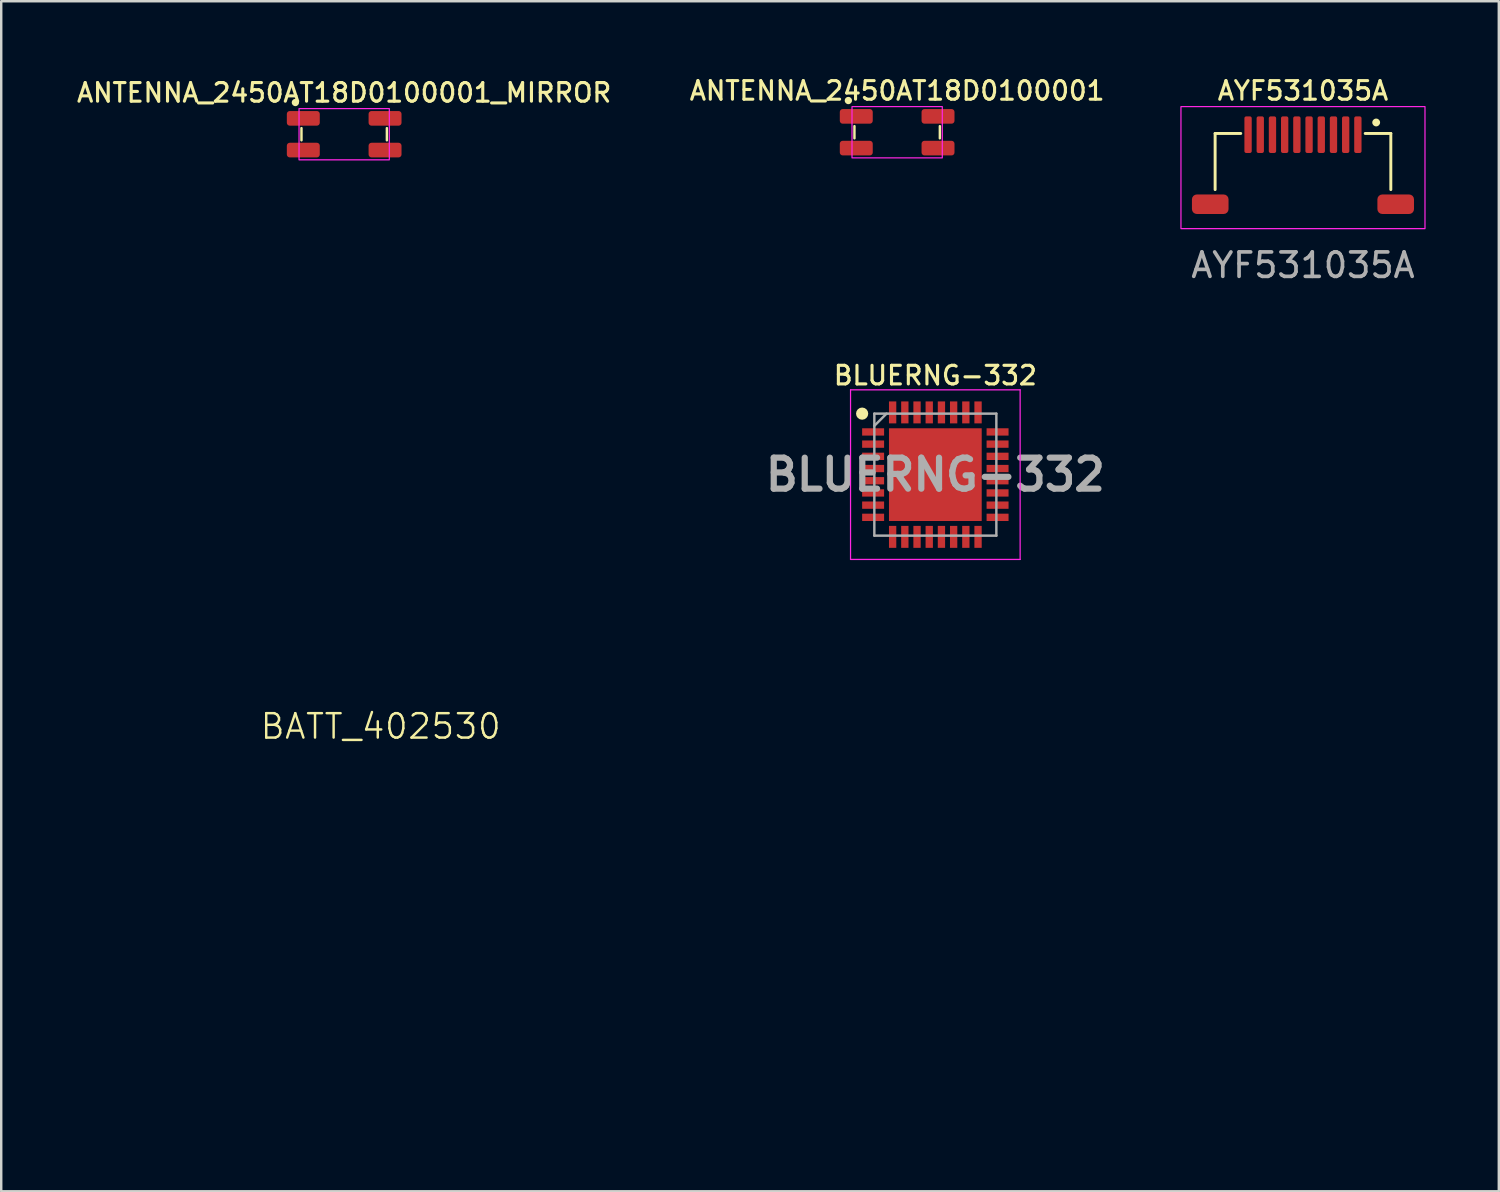
<source format=kicad_pcb>
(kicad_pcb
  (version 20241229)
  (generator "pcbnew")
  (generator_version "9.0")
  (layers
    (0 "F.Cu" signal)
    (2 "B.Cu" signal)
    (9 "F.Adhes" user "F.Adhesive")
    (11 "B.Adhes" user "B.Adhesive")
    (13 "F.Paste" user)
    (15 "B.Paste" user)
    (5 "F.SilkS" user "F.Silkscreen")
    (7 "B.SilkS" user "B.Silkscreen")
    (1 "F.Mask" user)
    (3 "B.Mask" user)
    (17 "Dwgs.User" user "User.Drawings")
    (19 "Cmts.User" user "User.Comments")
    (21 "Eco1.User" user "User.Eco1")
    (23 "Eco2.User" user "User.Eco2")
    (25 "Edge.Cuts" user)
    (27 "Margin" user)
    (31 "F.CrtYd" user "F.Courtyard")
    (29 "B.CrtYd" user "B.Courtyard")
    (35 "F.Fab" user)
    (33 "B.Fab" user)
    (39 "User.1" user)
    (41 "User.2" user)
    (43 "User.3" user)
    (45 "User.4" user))
  (footprint "ANTENNA_2450AT18D0100001_MIRROR"
    (layer "F.Cu")
    (at 11.054 2.45)
    (property "Reference" "ANTENNA_2450AT18D0100001_MIRROR" (at 0 -1.7 0) (unlocked yes) (layer "F.SilkS") (effects (font (size 0.762 0.762) (thickness 0.127) (bold yes))))
    (attr smd)
    (fp_line (start -1.75 -0.25) (end -1.75 0.25) (stroke (width 0.1) (type default)) (layer "F.SilkS"))
    (fp_line (start 1.75 -0.25) (end 1.75 0.25) (stroke (width 0.1) (type default)) (layer "F.SilkS"))
    (fp_circle (center -2 -1.3) (end -1.9 -1.3) (stroke (width 0.1) (type solid)) (fill yes) (layer "F.SilkS"))
    (fp_rect (start -1.85 -1.05) (end 1.85 1.05) (stroke (width 0.05) (type default)) (fill no) (layer "F.CrtYd"))
    (pad "1" smd roundrect (at -1.675 -0.65) (size 1.35 0.6) (layers "F.Cu" "F.Mask" "F.Paste") (roundrect_rratio 0.2))
    (pad "2" smd roundrect (at -1.675 0.65) (size 1.35 0.6) (layers "F.Cu" "F.Mask" "F.Paste") (roundrect_rratio 0.2))
    (pad "2" smd roundrect (at 1.675 -0.65) (size 1.35 0.6) (layers "F.Cu" "F.Mask" "F.Paste") (roundrect_rratio 0.2))
    (pad "2" smd roundrect (at 1.675 0.65) (size 1.35 0.6) (layers "F.Cu" "F.Mask" "F.Paste") (roundrect_rratio 0.2))
    (zone (net_name "") (layers "F.Cu" "B.Cu") (hatch edge 0.5) (connect_pads) (min_thickness 0.25) (filled_areas_thickness no) (keepout (tracks not_allowed) (vias not_allowed) (pads not_allowed) (copperpour not_allowed) (footprints not_allowed)) (placement (enabled no)) (fill) (polygon (pts (xy 9.054 3.4) (xy 9.054 0) (xy 17.054 0) (xy 17.054 2.8) (xy 13.654 2.8) (xy 13.654 1.5) (xy 13.054 1.5) (xy 13.054 3.4)))))
  (footprint "AYF531035A"
    (layer "F.Cu")
    (at 50.344 5.319)
    (property "Reference" "AYF531035A" (at 0 -4.65 0) (unlocked yes) (layer "F.SilkS") (effects (font (size 0.762 0.762) (thickness 0.127))))
    (attr smd)
    (fp_line (start -3.6 -2.9) (end -3.6 -0.6) (stroke (width 0.12) (type solid)) (layer "F.SilkS"))
    (fp_line (start -3.6 -2.9) (end -2.55 -2.9) (stroke (width 0.12) (type solid)) (layer "F.SilkS"))
    (fp_line (start 3.6 -2.9) (end 2.55 -2.9) (stroke (width 0.12) (type solid)) (layer "F.SilkS"))
    (fp_line (start 3.6 -2.9) (end 3.6 -0.6) (stroke (width 0.12) (type solid)) (layer "F.SilkS"))
    (fp_circle (center 3 -3.35) (end 3.1 -3.35) (stroke (width 0.12) (type solid)) (fill yes) (layer "F.SilkS"))
    (fp_rect (start 5 1) (end -5 -4) (stroke (width 0.05) (type solid)) (fill no) (layer "F.CrtYd"))
    (fp_text user "${REFERENCE}" (at 0 2.5 0) (unlocked yes) (layer "F.Fab") (effects (font (size 1 1) (thickness 0.15))))
    (pad "1" smd roundrect (at 2.25 -2.85) (size 0.3 1.5) (layers "F.Cu" "F.Mask" "F.Paste") (roundrect_rratio 0.25))
    (pad "2" smd roundrect (at 1.75 -2.85) (size 0.3 1.5) (layers "F.Cu" "F.Mask" "F.Paste") (roundrect_rratio 0.25))
    (pad "3" smd roundrect (at 1.25 -2.85) (size 0.3 1.5) (layers "F.Cu" "F.Mask" "F.Paste") (roundrect_rratio 0.25))
    (pad "4" smd roundrect (at 0.75 -2.85) (size 0.3 1.5) (layers "F.Cu" "F.Mask" "F.Paste") (roundrect_rratio 0.25))
    (pad "5" smd roundrect (at 0.25 -2.85) (size 0.3 1.5) (layers "F.Cu" "F.Mask" "F.Paste") (roundrect_rratio 0.25))
    (pad "6" smd roundrect (at -0.25 -2.85) (size 0.3 1.5) (layers "F.Cu" "F.Mask" "F.Paste") (roundrect_rratio 0.25))
    (pad "7" smd roundrect (at -0.75 -2.85) (size 0.3 1.5) (layers "F.Cu" "F.Mask" "F.Paste") (roundrect_rratio 0.25))
    (pad "8" smd roundrect (at -1.25 -2.85) (size 0.3 1.5) (layers "F.Cu" "F.Mask" "F.Paste") (roundrect_rratio 0.25))
    (pad "9" smd roundrect (at -1.75 -2.85) (size 0.3 1.5) (layers "F.Cu" "F.Mask" "F.Paste") (roundrect_rratio 0.25))
    (pad "10" smd roundrect (at -2.25 -2.85) (size 0.3 1.5) (layers "F.Cu" "F.Mask" "F.Paste") (roundrect_rratio 0.25))
    (pad "MT" smd roundrect (at -3.8 0) (size 1.5 0.8) (layers "F.Cu" "F.Mask" "F.Paste") (roundrect_rratio 0.25))
    (pad "MT" smd roundrect (at 3.8 0) (size 1.5 0.8) (layers "F.Cu" "F.Mask" "F.Paste") (roundrect_rratio 0.25)))
  (footprint "BATT_402530"
    (layer "F.Cu")
    (at 12.55 27.217)
    (property "Reference" "BATT_402530" (at 0 -0.5 0) (unlocked yes) (layer "F.SilkS") (effects (font (size 1 1) (thickness 0.1))))
    (fp_rect (start -12.5 -15.5) (end 12.5 15.5) (stroke (width 0.1) (type default)) (fill no) (layer "User.3")))
  (footprint "ANTENNA_2450AT18D0100001"
    (layer "F.Cu")
    (at 33.714 2.369)
    (property "Reference" "ANTENNA_2450AT18D0100001" (at 0 -1.7 0) (unlocked yes) (layer "F.SilkS") (effects (font (size 0.762 0.762) (thickness 0.127) (bold yes))))
    (attr smd)
    (fp_line (start -1.75 -0.25) (end -1.75 0.25) (stroke (width 0.1) (type default)) (layer "F.SilkS"))
    (fp_line (start 1.75 -0.25) (end 1.75 0.25) (stroke (width 0.1) (type default)) (layer "F.SilkS"))
    (fp_circle (center -2 -1.3) (end -1.9 -1.3) (stroke (width 0.1) (type solid)) (fill yes) (layer "F.SilkS"))
    (fp_rect (start -1.85 -1.05) (end 1.85 1.05) (stroke (width 0.05) (type default)) (fill no) (layer "F.CrtYd"))
    (pad "1" smd roundrect (at -1.675 0.65) (size 1.35 0.6) (layers "F.Cu" "F.Mask" "F.Paste") (roundrect_rratio 0.2))
    (pad "2" smd roundrect (at -1.675 -0.65) (size 1.35 0.6) (layers "F.Cu" "F.Mask" "F.Paste") (roundrect_rratio 0.2))
    (pad "2" smd roundrect (at 1.675 -0.65) (size 1.35 0.6) (layers "F.Cu" "F.Mask" "F.Paste") (roundrect_rratio 0.2))
    (pad "2" smd roundrect (at 1.675 0.65) (size 1.35 0.6) (layers "F.Cu" "F.Mask" "F.Paste") (roundrect_rratio 0.2))
    (zone (net_name "") (layers "F.Cu" "B.Cu") (hatch edge 0.5) (connect_pads) (min_thickness 0.25) (filled_areas_thickness no) (keepout (tracks not_allowed) (vias not_allowed) (pads not_allowed) (copperpour not_allowed) (footprints not_allowed)) (placement (enabled no)) (fill) (polygon (pts (xy 32.714 1.419) (xy 32.714 2.019) (xy 31.614 2.019) (xy 31.614 2.719) (xy 32.714 2.719) (xy 32.714 3.319) (xy 31.614 3.319) (xy 31.614 4.819) (xy 39.614 4.819) (xy 39.614 2.019) (xy 36.214 2.019) (xy 36.214 3.319) (xy 35.614 3.319) (xy 34.714 3.319) (xy 34.714 2.719) (xy 35.614 2.719) (xy 35.614 2.019) (xy 34.714 2.019) (xy 34.714 1.419))))
    (zone (net_name "") (layer "In1.Cu") (hatch edge 0.5) (connect_pads) (min_thickness 0.25) (filled_areas_thickness no) (keepout (tracks not_allowed) (vias not_allowed) (pads not_allowed) (copperpour not_allowed) (footprints not_allowed)) (placement (enabled no)) (fill) (polygon (pts (xy 31.614 4.819) (xy 31.614 1.419) (xy 39.614 1.419) (xy 39.614 4.819)))))
  (footprint "BLUERNG-332"
    (layer "F.Cu")
    (at 35.279 16.4)
    (property "Reference" "BLUERNG-332" (at 0 -4.064 0) (layer "F.SilkS") (effects (font (size 0.762 0.762) (thickness 0.127) (bold yes))))
    (attr smd)
    (fp_circle (center -3 -2.5) (end -3 -2.375) (stroke (width 0.25) (type solid)) (fill no) (layer "F.SilkS"))
    (fp_line (start -3.475 -3.475) (end 3.475 -3.475) (stroke (width 0.05) (type solid)) (layer "F.CrtYd"))
    (fp_line (start -3.475 3.475) (end -3.475 -3.475) (stroke (width 0.05) (type solid)) (layer "F.CrtYd"))
    (fp_line (start 3.475 -3.475) (end 3.475 3.475) (stroke (width 0.05) (type solid)) (layer "F.CrtYd"))
    (fp_line (start 3.475 3.475) (end -3.475 3.475) (stroke (width 0.05) (type solid)) (layer "F.CrtYd"))
    (fp_line (start -2.5 -2.5) (end 2.5 -2.5) (stroke (width 0.1) (type solid)) (layer "F.Fab"))
    (fp_line (start -2.5 -2) (end -2 -2.5) (stroke (width 0.1) (type solid)) (layer "F.Fab"))
    (fp_line (start -2.5 2.5) (end -2.5 -2.5) (stroke (width 0.1) (type solid)) (layer "F.Fab"))
    (fp_line (start 2.5 -2.5) (end 2.5 2.5) (stroke (width 0.1) (type solid)) (layer "F.Fab"))
    (fp_line (start 2.5 2.5) (end -2.5 2.5) (stroke (width 0.1) (type solid)) (layer "F.Fab"))
    (fp_text user "${REFERENCE}" (at 0 0 0) (layer "F.Fab") (effects (font (size 1.27 1.27) (thickness 0.254))))
    (pad "1" smd rect (at -2.55 -1.75 90) (size 0.3 0.9) (layers "F.Cu" "F.Mask" "F.Paste"))
    (pad "2" smd rect (at -2.55 -1.25 90) (size 0.3 0.9) (layers "F.Cu" "F.Mask" "F.Paste"))
    (pad "3" smd rect (at -2.55 -0.75 90) (size 0.3 0.9) (layers "F.Cu" "F.Mask" "F.Paste"))
    (pad "4" smd rect (at -2.55 -0.25 90) (size 0.3 0.9) (layers "F.Cu" "F.Mask" "F.Paste"))
    (pad "5" smd rect (at -2.55 0.25 90) (size 0.3 0.9) (layers "F.Cu" "F.Mask" "F.Paste"))
    (pad "6" smd rect (at -2.55 0.75 90) (size 0.3 0.9) (layers "F.Cu" "F.Mask" "F.Paste"))
    (pad "7" smd rect (at -2.55 1.25 90) (size 0.3 0.9) (layers "F.Cu" "F.Mask" "F.Paste"))
    (pad "8" smd rect (at -2.55 1.75 90) (size 0.3 0.9) (layers "F.Cu" "F.Mask" "F.Paste"))
    (pad "9" smd rect (at -1.75 2.55) (size 0.3 0.9) (layers "F.Cu" "F.Mask" "F.Paste"))
    (pad "10" smd rect (at -1.25 2.55) (size 0.3 0.9) (layers "F.Cu" "F.Mask" "F.Paste"))
    (pad "11" smd rect (at -0.75 2.55) (size 0.3 0.9) (layers "F.Cu" "F.Mask" "F.Paste"))
    (pad "12" smd rect (at -0.25 2.55) (size 0.3 0.9) (layers "F.Cu" "F.Mask" "F.Paste"))
    (pad "13" smd rect (at 0.25 2.55) (size 0.3 0.9) (layers "F.Cu" "F.Mask" "F.Paste"))
    (pad "14" smd rect (at 0.75 2.55) (size 0.3 0.9) (layers "F.Cu" "F.Mask" "F.Paste"))
    (pad "15" smd rect (at 1.25 2.55) (size 0.3 0.9) (layers "F.Cu" "F.Mask" "F.Paste"))
    (pad "16" smd rect (at 1.75 2.55) (size 0.3 0.9) (layers "F.Cu" "F.Mask" "F.Paste"))
    (pad "17" smd rect (at 2.55 1.75 90) (size 0.3 0.9) (layers "F.Cu" "F.Mask" "F.Paste"))
    (pad "18" smd rect (at 2.55 1.25 90) (size 0.3 0.9) (layers "F.Cu" "F.Mask" "F.Paste"))
    (pad "19" smd rect (at 2.55 0.75 90) (size 0.3 0.9) (layers "F.Cu" "F.Mask" "F.Paste"))
    (pad "20" smd rect (at 2.55 0.25 90) (size 0.3 0.9) (layers "F.Cu" "F.Mask" "F.Paste"))
    (pad "21" smd rect (at 2.55 -0.25 90) (size 0.3 0.9) (layers "F.Cu" "F.Mask" "F.Paste"))
    (pad "22" smd rect (at 2.55 -0.75 90) (size 0.3 0.9) (layers "F.Cu" "F.Mask" "F.Paste"))
    (pad "23" smd rect (at 2.55 -1.25 90) (size 0.3 0.9) (layers "F.Cu" "F.Mask" "F.Paste"))
    (pad "24" smd rect (at 2.55 -1.75 90) (size 0.3 0.9) (layers "F.Cu" "F.Mask" "F.Paste"))
    (pad "25" smd rect (at 1.75 -2.55) (size 0.3 0.9) (layers "F.Cu" "F.Mask" "F.Paste"))
    (pad "26" smd rect (at 1.25 -2.55) (size 0.3 0.9) (layers "F.Cu" "F.Mask" "F.Paste"))
    (pad "27" smd rect (at 0.75 -2.55) (size 0.3 0.9) (layers "F.Cu" "F.Mask" "F.Paste"))
    (pad "28" smd rect (at 0.25 -2.55) (size 0.3 0.9) (layers "F.Cu" "F.Mask" "F.Paste"))
    (pad "29" smd rect (at -0.25 -2.55) (size 0.3 0.9) (layers "F.Cu" "F.Mask" "F.Paste"))
    (pad "30" smd rect (at -0.75 -2.55) (size 0.3 0.9) (layers "F.Cu" "F.Mask" "F.Paste"))
    (pad "31" smd rect (at -1.25 -2.55) (size 0.3 0.9) (layers "F.Cu" "F.Mask" "F.Paste"))
    (pad "32" smd rect (at -1.75 -2.55) (size 0.3 0.9) (layers "F.Cu" "F.Mask" "F.Paste"))
    (pad "33" smd rect (at 0 0) (size 3.8 3.8) (layers "F.Cu" "F.Mask" "F.Paste")))
  (gr_rect
    (start -3 -3)
    (end 58.369 45.767)
    (stroke (width 0.1) (type default))
    (fill no)
    (layer "Edge.Cuts")))
</source>
